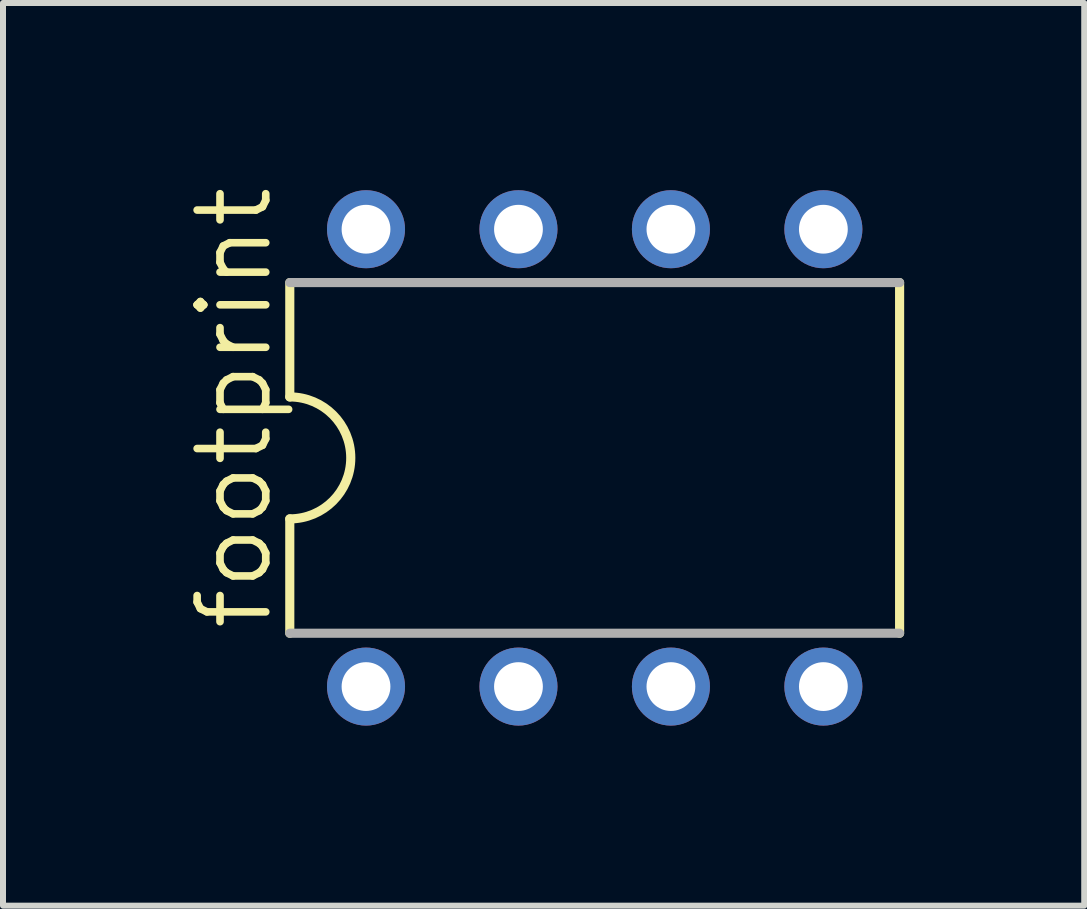
<source format=kicad_pcb>
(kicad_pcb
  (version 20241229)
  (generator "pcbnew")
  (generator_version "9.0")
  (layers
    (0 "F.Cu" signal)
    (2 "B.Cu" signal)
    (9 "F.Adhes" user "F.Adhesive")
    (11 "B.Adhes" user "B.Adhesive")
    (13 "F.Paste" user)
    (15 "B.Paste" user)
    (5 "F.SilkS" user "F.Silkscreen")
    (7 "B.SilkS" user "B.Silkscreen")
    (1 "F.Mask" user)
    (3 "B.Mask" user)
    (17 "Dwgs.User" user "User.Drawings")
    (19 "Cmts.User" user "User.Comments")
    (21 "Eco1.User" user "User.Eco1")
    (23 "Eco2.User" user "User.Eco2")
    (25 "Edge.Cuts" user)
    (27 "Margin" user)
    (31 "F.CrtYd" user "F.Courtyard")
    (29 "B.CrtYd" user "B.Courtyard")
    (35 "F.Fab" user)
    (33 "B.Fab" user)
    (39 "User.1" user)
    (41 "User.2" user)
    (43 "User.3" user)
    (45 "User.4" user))
  (footprint "footprint"
    (layer "F.Cu")
    (at 6.858 4.579)
    (property "Reference" "footprint" (at -5.334 2.921 90) (layer "F.SilkS") (effects (font (size 1.143 1.143) (thickness 0.127)) (justify left bottom)))
    (fp_line (start -5.08 -2.921) (end -5.08 -1.016) (stroke (width 0.152) (type solid)) (layer "F.SilkS"))
    (fp_line (start -5.08 2.921) (end -5.08 1.016) (stroke (width 0.152) (type solid)) (layer "F.SilkS"))
    (fp_line (start 5.08 -2.921) (end 5.08 2.921) (stroke (width 0.152) (type solid)) (layer "F.SilkS"))
    (fp_arc (start -5.08 -1.016) (mid -4.064 0) (end -5.08 1.016) (stroke (width 0.1524) (type solid)) (layer "F.SilkS"))
    (fp_line (start -5.08 2.921) (end 5.08 2.921) (stroke (width 0.152) (type solid)) (layer "F.Fab"))
    (fp_line (start 5.08 -2.921) (end -5.08 -2.921) (stroke (width 0.152) (type solid)) (layer "F.Fab"))
    (pad "1" thru_hole circle (at -3.81 3.81 90) (size 1.3 1.3) (drill 0.813) (layers "*.Cu" "*.Mask"))
    (pad "2" thru_hole circle (at -1.27 3.81 90) (size 1.3 1.3) (drill 0.813) (layers "*.Cu" "*.Mask"))
    (pad "3" thru_hole circle (at 1.27 3.81 90) (size 1.3 1.3) (drill 0.813) (layers "*.Cu" "*.Mask"))
    (pad "4" thru_hole circle (at 3.81 3.81 90) (size 1.3 1.3) (drill 0.813) (layers "*.Cu" "*.Mask"))
    (pad "5" thru_hole circle (at 3.81 -3.81 90) (size 1.3 1.3) (drill 0.813) (layers "*.Cu" "*.Mask"))
    (pad "6" thru_hole circle (at 1.27 -3.81 90) (size 1.3 1.3) (drill 0.813) (layers "*.Cu" "*.Mask"))
    (pad "7" thru_hole circle (at -1.27 -3.81 90) (size 1.3 1.3) (drill 0.813) (layers "*.Cu" "*.Mask"))
    (pad "8" thru_hole circle (at -3.81 -3.81 90) (size 1.3 1.3) (drill 0.813) (layers "*.Cu" "*.Mask")))
  (gr_rect
    (start -3 -3)
    (end 15.014 12.039)
    (stroke (width 0.1) (type default))
    (fill no)
    (layer "Edge.Cuts")))
</source>
